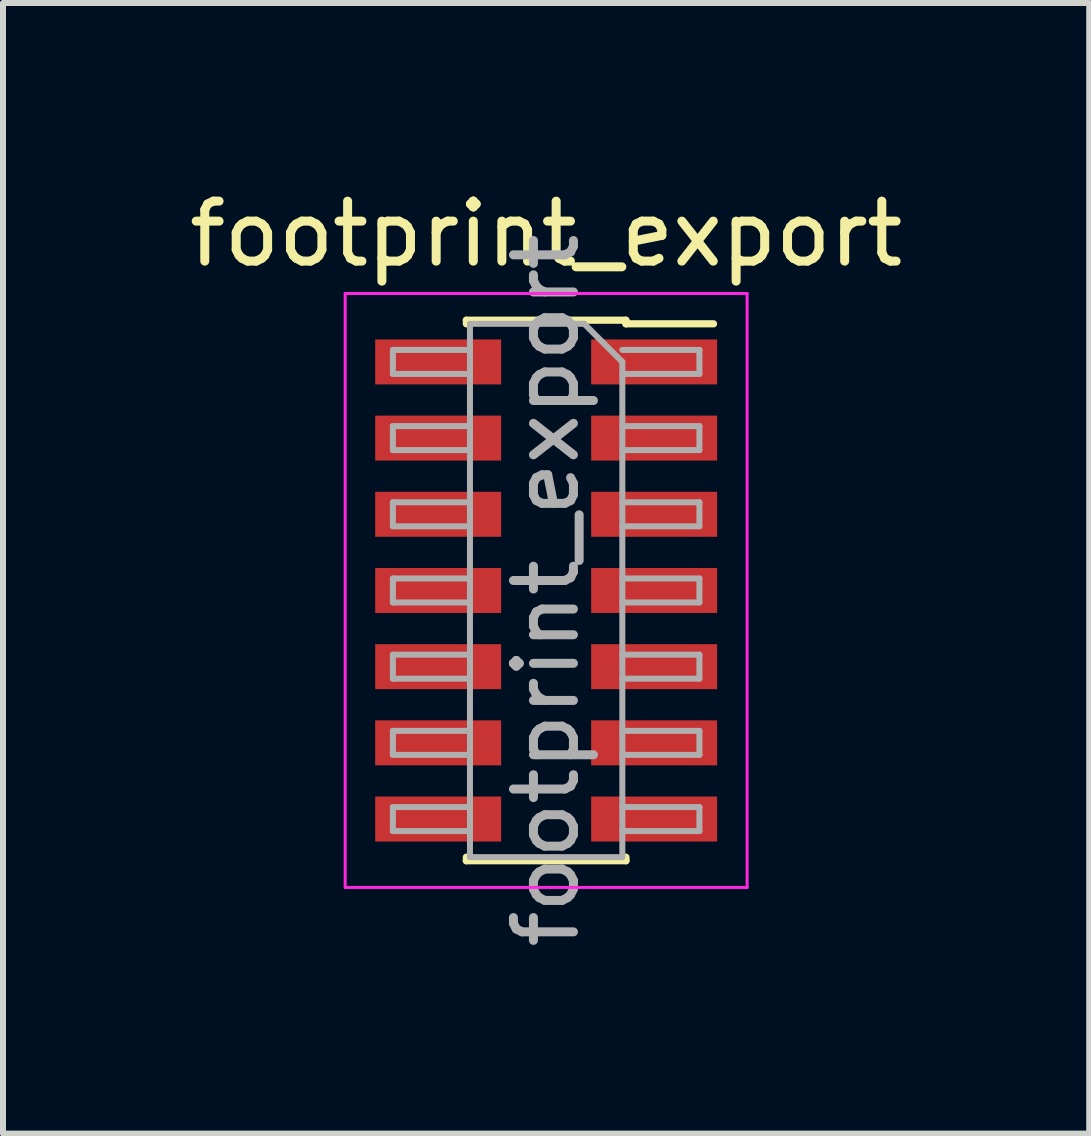
<source format=kicad_pcb>
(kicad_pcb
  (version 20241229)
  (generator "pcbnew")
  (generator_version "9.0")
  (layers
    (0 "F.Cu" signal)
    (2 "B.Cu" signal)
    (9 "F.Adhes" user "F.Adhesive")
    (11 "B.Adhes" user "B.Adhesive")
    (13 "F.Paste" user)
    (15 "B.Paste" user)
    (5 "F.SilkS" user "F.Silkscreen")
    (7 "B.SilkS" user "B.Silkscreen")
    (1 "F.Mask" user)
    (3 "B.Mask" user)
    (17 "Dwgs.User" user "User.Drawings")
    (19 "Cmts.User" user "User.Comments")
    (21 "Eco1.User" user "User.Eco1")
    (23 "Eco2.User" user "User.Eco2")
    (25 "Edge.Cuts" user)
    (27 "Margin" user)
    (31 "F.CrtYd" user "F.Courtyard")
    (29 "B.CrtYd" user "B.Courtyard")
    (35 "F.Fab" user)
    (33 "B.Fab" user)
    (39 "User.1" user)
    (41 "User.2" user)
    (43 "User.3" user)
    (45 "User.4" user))
  (footprint "footprint_export"
    (layer "F.Cu")
    (at 6.054 6.793)
    (property "Reference" "footprint_export" (at 0 -5.945 0) (layer "F.SilkS") (effects (font (size 1 1) (thickness 0.15))))
    (attr smd)
    (fp_line (start -1.33 -4.505) (end -1.33 -4.445) (stroke (width 0.12) (type solid)) (layer "F.SilkS"))
    (fp_line (start -1.33 -4.505) (end 1.33 -4.505) (stroke (width 0.12) (type solid)) (layer "F.SilkS"))
    (fp_line (start -1.33 4.445) (end -1.33 4.505) (stroke (width 0.12) (type solid)) (layer "F.SilkS"))
    (fp_line (start -1.33 4.505) (end 1.33 4.505) (stroke (width 0.12) (type solid)) (layer "F.SilkS"))
    (fp_line (start 1.33 -4.505) (end 1.33 -4.445) (stroke (width 0.12) (type solid)) (layer "F.SilkS"))
    (fp_line (start 1.33 -4.445) (end 2.79 -4.445) (stroke (width 0.12) (type solid)) (layer "F.SilkS"))
    (fp_line (start 1.33 4.445) (end 1.33 4.505) (stroke (width 0.12) (type solid)) (layer "F.SilkS"))
    (fp_line (start -3.35 -4.95) (end 3.35 -4.95) (stroke (width 0.05) (type solid)) (layer "F.CrtYd"))
    (fp_line (start -3.35 4.95) (end -3.35 -4.95) (stroke (width 0.05) (type solid)) (layer "F.CrtYd"))
    (fp_line (start 3.35 -4.95) (end 3.35 4.95) (stroke (width 0.05) (type solid)) (layer "F.CrtYd"))
    (fp_line (start 3.35 4.95) (end -3.35 4.95) (stroke (width 0.05) (type solid)) (layer "F.CrtYd"))
    (fp_line (start -2.555 -4.01) (end -1.27 -4.01) (stroke (width 0.1) (type solid)) (layer "F.Fab"))
    (fp_line (start -2.555 -3.61) (end -2.555 -4.01) (stroke (width 0.1) (type solid)) (layer "F.Fab"))
    (fp_line (start -2.555 -2.74) (end -1.27 -2.74) (stroke (width 0.1) (type solid)) (layer "F.Fab"))
    (fp_line (start -2.555 -2.34) (end -2.555 -2.74) (stroke (width 0.1) (type solid)) (layer "F.Fab"))
    (fp_line (start -2.555 -1.47) (end -1.27 -1.47) (stroke (width 0.1) (type solid)) (layer "F.Fab"))
    (fp_line (start -2.555 -1.07) (end -2.555 -1.47) (stroke (width 0.1) (type solid)) (layer "F.Fab"))
    (fp_line (start -2.555 -0.2) (end -1.27 -0.2) (stroke (width 0.1) (type solid)) (layer "F.Fab"))
    (fp_line (start -2.555 0.2) (end -2.555 -0.2) (stroke (width 0.1) (type solid)) (layer "F.Fab"))
    (fp_line (start -2.555 1.07) (end -1.27 1.07) (stroke (width 0.1) (type solid)) (layer "F.Fab"))
    (fp_line (start -2.555 1.47) (end -2.555 1.07) (stroke (width 0.1) (type solid)) (layer "F.Fab"))
    (fp_line (start -2.555 2.34) (end -1.27 2.34) (stroke (width 0.1) (type solid)) (layer "F.Fab"))
    (fp_line (start -2.555 2.74) (end -2.555 2.34) (stroke (width 0.1) (type solid)) (layer "F.Fab"))
    (fp_line (start -2.555 3.61) (end -1.27 3.61) (stroke (width 0.1) (type solid)) (layer "F.Fab"))
    (fp_line (start -2.555 4.01) (end -2.555 3.61) (stroke (width 0.1) (type solid)) (layer "F.Fab"))
    (fp_line (start -1.27 -4.445) (end 0.635 -4.445) (stroke (width 0.1) (type solid)) (layer "F.Fab"))
    (fp_line (start -1.27 -3.61) (end -2.555 -3.61) (stroke (width 0.1) (type solid)) (layer "F.Fab"))
    (fp_line (start -1.27 -2.34) (end -2.555 -2.34) (stroke (width 0.1) (type solid)) (layer "F.Fab"))
    (fp_line (start -1.27 -1.07) (end -2.555 -1.07) (stroke (width 0.1) (type solid)) (layer "F.Fab"))
    (fp_line (start -1.27 0.2) (end -2.555 0.2) (stroke (width 0.1) (type solid)) (layer "F.Fab"))
    (fp_line (start -1.27 1.47) (end -2.555 1.47) (stroke (width 0.1) (type solid)) (layer "F.Fab"))
    (fp_line (start -1.27 2.74) (end -2.555 2.74) (stroke (width 0.1) (type solid)) (layer "F.Fab"))
    (fp_line (start -1.27 4.01) (end -2.555 4.01) (stroke (width 0.1) (type solid)) (layer "F.Fab"))
    (fp_line (start -1.27 4.445) (end -1.27 -4.445) (stroke (width 0.1) (type solid)) (layer "F.Fab"))
    (fp_line (start 0.635 -4.445) (end 1.27 -3.81) (stroke (width 0.1) (type solid)) (layer "F.Fab"))
    (fp_line (start 1.27 -4.01) (end 2.555 -4.01) (stroke (width 0.1) (type solid)) (layer "F.Fab"))
    (fp_line (start 1.27 -3.81) (end 1.27 4.445) (stroke (width 0.1) (type solid)) (layer "F.Fab"))
    (fp_line (start 1.27 -2.74) (end 2.555 -2.74) (stroke (width 0.1) (type solid)) (layer "F.Fab"))
    (fp_line (start 1.27 -1.47) (end 2.555 -1.47) (stroke (width 0.1) (type solid)) (layer "F.Fab"))
    (fp_line (start 1.27 -0.2) (end 2.555 -0.2) (stroke (width 0.1) (type solid)) (layer "F.Fab"))
    (fp_line (start 1.27 1.07) (end 2.555 1.07) (stroke (width 0.1) (type solid)) (layer "F.Fab"))
    (fp_line (start 1.27 2.34) (end 2.555 2.34) (stroke (width 0.1) (type solid)) (layer "F.Fab"))
    (fp_line (start 1.27 3.61) (end 2.555 3.61) (stroke (width 0.1) (type solid)) (layer "F.Fab"))
    (fp_line (start 1.27 4.445) (end -1.27 4.445) (stroke (width 0.1) (type solid)) (layer "F.Fab"))
    (fp_line (start 2.555 -4.01) (end 2.555 -3.61) (stroke (width 0.1) (type solid)) (layer "F.Fab"))
    (fp_line (start 2.555 -3.61) (end 1.27 -3.61) (stroke (width 0.1) (type solid)) (layer "F.Fab"))
    (fp_line (start 2.555 -2.74) (end 2.555 -2.34) (stroke (width 0.1) (type solid)) (layer "F.Fab"))
    (fp_line (start 2.555 -2.34) (end 1.27 -2.34) (stroke (width 0.1) (type solid)) (layer "F.Fab"))
    (fp_line (start 2.555 -1.47) (end 2.555 -1.07) (stroke (width 0.1) (type solid)) (layer "F.Fab"))
    (fp_line (start 2.555 -1.07) (end 1.27 -1.07) (stroke (width 0.1) (type solid)) (layer "F.Fab"))
    (fp_line (start 2.555 -0.2) (end 2.555 0.2) (stroke (width 0.1) (type solid)) (layer "F.Fab"))
    (fp_line (start 2.555 0.2) (end 1.27 0.2) (stroke (width 0.1) (type solid)) (layer "F.Fab"))
    (fp_line (start 2.555 1.07) (end 2.555 1.47) (stroke (width 0.1) (type solid)) (layer "F.Fab"))
    (fp_line (start 2.555 1.47) (end 1.27 1.47) (stroke (width 0.1) (type solid)) (layer "F.Fab"))
    (fp_line (start 2.555 2.34) (end 2.555 2.74) (stroke (width 0.1) (type solid)) (layer "F.Fab"))
    (fp_line (start 2.555 2.74) (end 1.27 2.74) (stroke (width 0.1) (type solid)) (layer "F.Fab"))
    (fp_line (start 2.555 3.61) (end 2.555 4.01) (stroke (width 0.1) (type solid)) (layer "F.Fab"))
    (fp_line (start 2.555 4.01) (end 1.27 4.01) (stroke (width 0.1) (type solid)) (layer "F.Fab"))
    (fp_text user "${REFERENCE}" (at 0 0 90) (layer "F.Fab") (effects (font (size 1 1) (thickness 0.15))))
    (pad "1" smd rect (at 1.8 -3.81) (size 2.1 0.75) (layers "F.Cu" "F.Mask" "F.Paste"))
    (pad "2" smd rect (at -1.8 -3.81) (size 2.1 0.75) (layers "F.Cu" "F.Mask" "F.Paste"))
    (pad "3" smd rect (at 1.8 -2.54) (size 2.1 0.75) (layers "F.Cu" "F.Mask" "F.Paste"))
    (pad "4" smd rect (at -1.8 -2.54) (size 2.1 0.75) (layers "F.Cu" "F.Mask" "F.Paste"))
    (pad "5" smd rect (at 1.8 -1.27) (size 2.1 0.75) (layers "F.Cu" "F.Mask" "F.Paste"))
    (pad "6" smd rect (at -1.8 -1.27) (size 2.1 0.75) (layers "F.Cu" "F.Mask" "F.Paste"))
    (pad "7" smd rect (at 1.8 0) (size 2.1 0.75) (layers "F.Cu" "F.Mask" "F.Paste"))
    (pad "8" smd rect (at -1.8 0) (size 2.1 0.75) (layers "F.Cu" "F.Mask" "F.Paste"))
    (pad "9" smd rect (at 1.8 1.27) (size 2.1 0.75) (layers "F.Cu" "F.Mask" "F.Paste"))
    (pad "10" smd rect (at -1.8 1.27) (size 2.1 0.75) (layers "F.Cu" "F.Mask" "F.Paste"))
    (pad "11" smd rect (at 1.8 2.54) (size 2.1 0.75) (layers "F.Cu" "F.Mask" "F.Paste"))
    (pad "12" smd rect (at -1.8 2.54) (size 2.1 0.75) (layers "F.Cu" "F.Mask" "F.Paste"))
    (pad "13" smd rect (at 1.8 3.81) (size 2.1 0.75) (layers "F.Cu" "F.Mask" "F.Paste"))
    (pad "14" smd rect (at -1.8 3.81) (size 2.1 0.75) (layers "F.Cu" "F.Mask" "F.Paste")))
  (gr_rect
    (start -3 -3)
    (end 15.107 15.847)
    (stroke (width 0.1) (type default))
    (fill no)
    (layer "Edge.Cuts")))
</source>
